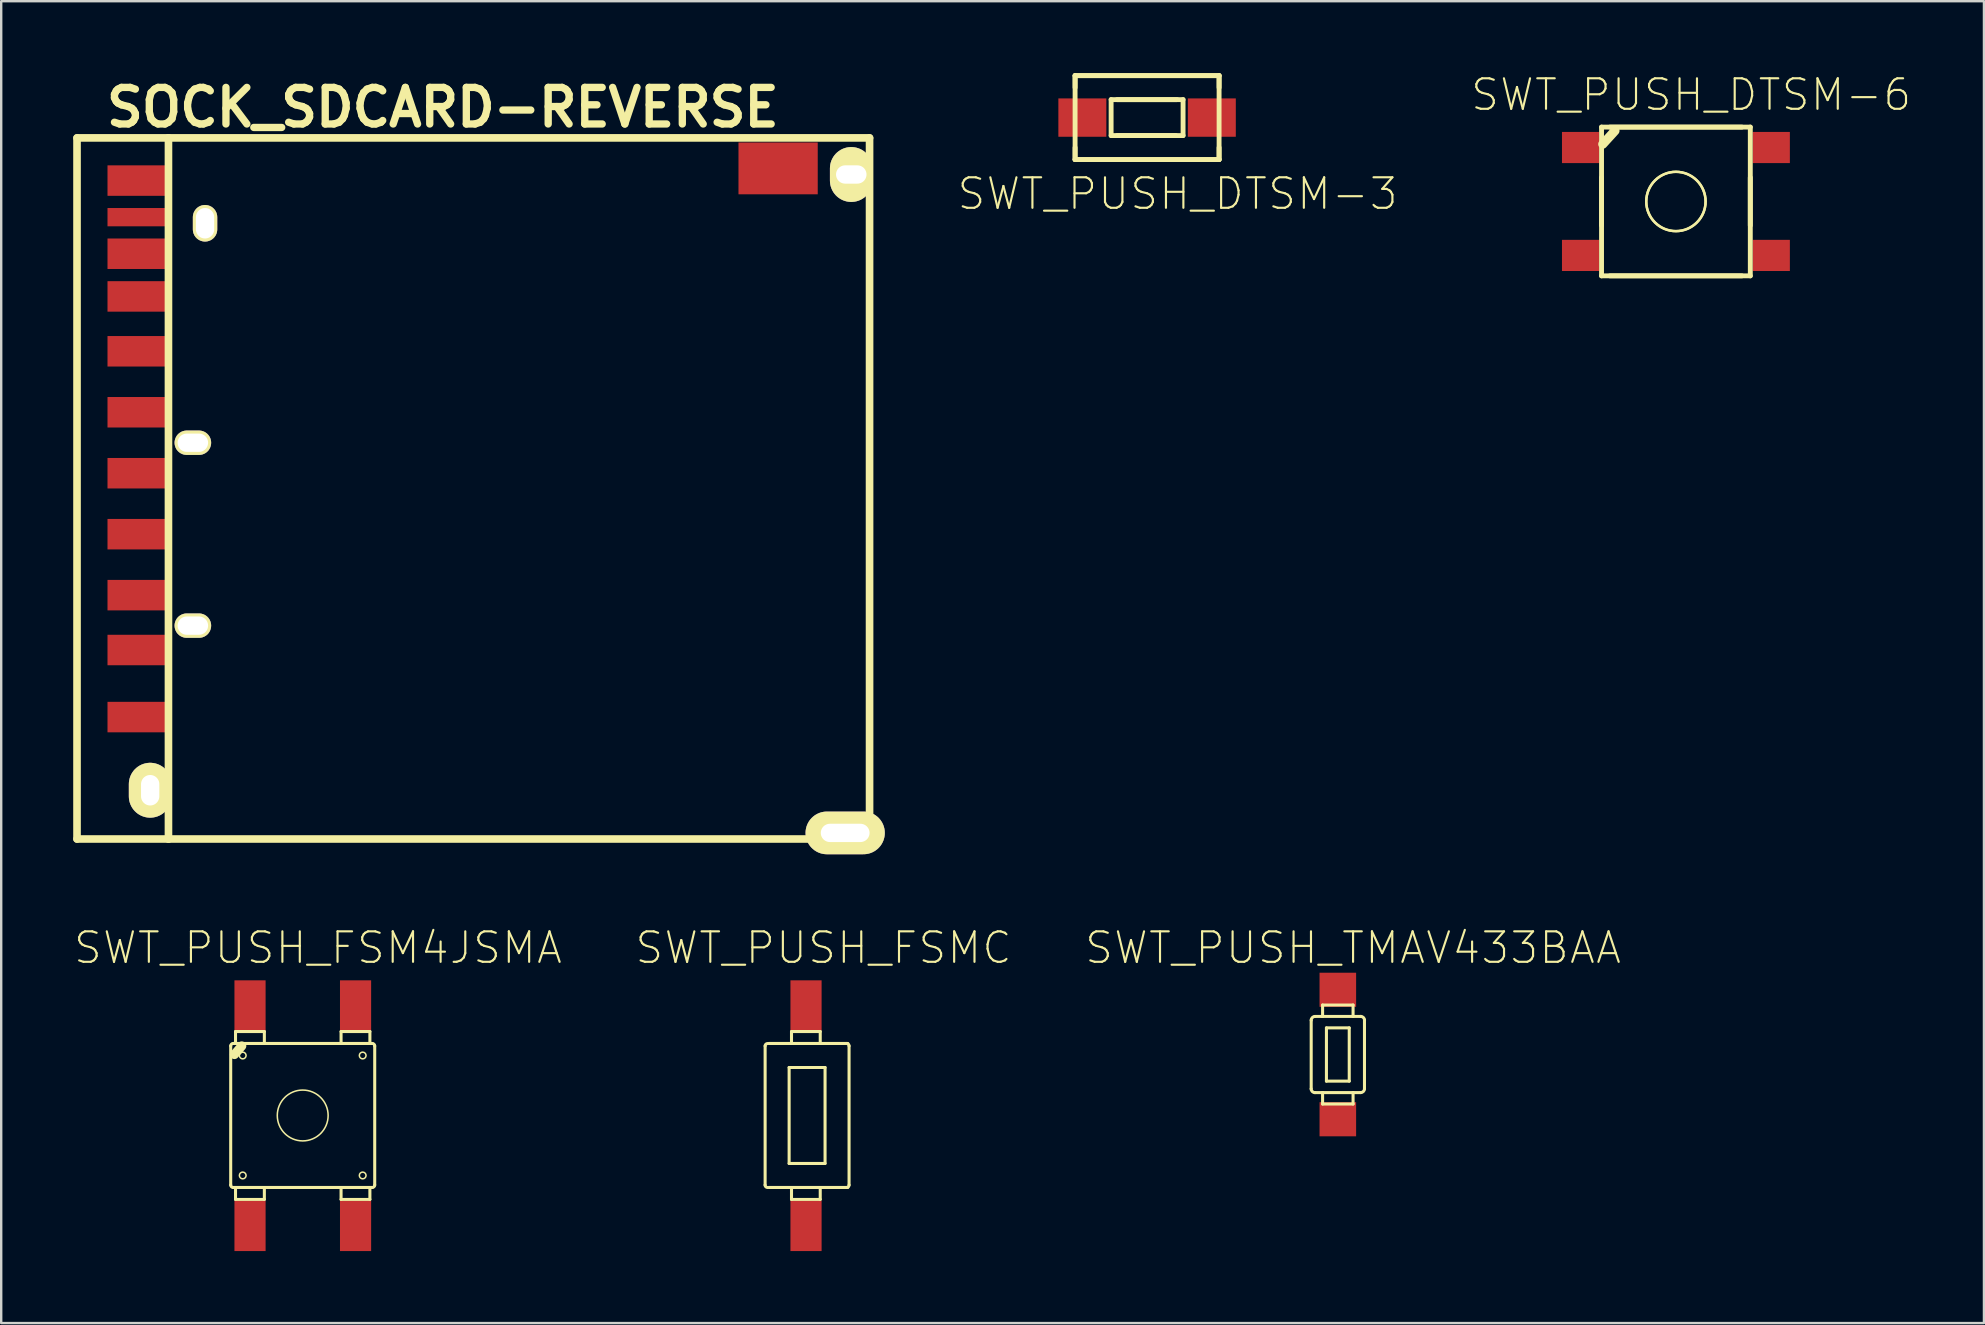
<source format=kicad_pcb>
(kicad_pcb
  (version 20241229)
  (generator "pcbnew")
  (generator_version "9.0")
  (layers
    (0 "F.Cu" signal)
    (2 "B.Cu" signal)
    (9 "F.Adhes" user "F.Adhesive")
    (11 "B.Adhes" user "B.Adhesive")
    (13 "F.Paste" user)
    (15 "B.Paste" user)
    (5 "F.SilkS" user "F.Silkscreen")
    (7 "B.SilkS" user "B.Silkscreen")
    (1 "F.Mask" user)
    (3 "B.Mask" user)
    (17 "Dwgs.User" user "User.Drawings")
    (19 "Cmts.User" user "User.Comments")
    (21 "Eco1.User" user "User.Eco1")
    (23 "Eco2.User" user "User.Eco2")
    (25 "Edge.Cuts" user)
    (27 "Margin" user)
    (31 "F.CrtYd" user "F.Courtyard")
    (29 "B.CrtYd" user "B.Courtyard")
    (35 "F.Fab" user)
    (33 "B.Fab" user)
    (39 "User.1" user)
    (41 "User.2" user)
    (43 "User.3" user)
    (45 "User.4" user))
  (footprint "SWT_PUSH_DTSM-6"
    (layer "F.Cu")
    (at 66.775 5.344)
    (property "Reference" "SWT_PUSH_DTSM-6" (at 0.635 -4.445 0) (layer "F.SilkS") (effects (font (size 1.27 1.27) (thickness 0.089))))
    (attr smd)
    (fp_line (start -3.099 -3.099) (end 3.099 -3.099) (stroke (width 0.203) (type solid)) (layer "F.SilkS"))
    (fp_line (start -3.099 0.998) (end -3.099 -0.998) (stroke (width 0.203) (type solid)) (layer "F.SilkS"))
    (fp_line (start -3.099 3.099) (end -3.099 -3.099) (stroke (width 0.203) (type solid)) (layer "F.SilkS"))
    (fp_line (start -3.048 -2.388) (end -2.54 -2.946) (stroke (width 0.381) (type solid)) (layer "F.SilkS"))
    (fp_line (start 2.748 -3.099) (end -2.748 -3.099) (stroke (width 0.203) (type solid)) (layer "F.SilkS"))
    (fp_line (start 2.748 3.099) (end -2.748 3.099) (stroke (width 0.203) (type solid)) (layer "F.SilkS"))
    (fp_line (start 3.099 -3.099) (end 3.099 3.099) (stroke (width 0.203) (type solid)) (layer "F.SilkS"))
    (fp_line (start 3.099 0.998) (end 3.099 -0.998) (stroke (width 0.203) (type solid)) (layer "F.SilkS"))
    (fp_line (start 3.099 3.099) (end -3.099 3.099) (stroke (width 0.203) (type solid)) (layer "F.SilkS"))
    (fp_circle (center 0 0) (end -0.874 0.874) (stroke (width 0.102) (type solid)) (fill no) (layer "F.SilkS"))
    (fp_circle (center 0 0) (end -0.874 0.874) (stroke (width 0.102) (type solid)) (fill no) (layer "F.SilkS"))
    (pad "1" smd rect (at -3.973 -2.248) (size 1.549 1.298) (layers "F.Cu" "F.Mask" "F.Paste"))
    (pad "2" smd rect (at 3.973 -2.248) (size 1.549 1.298) (layers "F.Cu" "F.Mask" "F.Paste"))
    (pad "3" smd rect (at -3.973 2.248) (size 1.549 1.298) (layers "F.Cu" "F.Mask" "F.Paste"))
    (pad "4" smd rect (at 3.973 2.248) (size 1.549 1.298) (layers "F.Cu" "F.Mask" "F.Paste")))
  (footprint "SWT_PUSH_FSM4JSMA"
    (layer "F.Cu")
    (at 9.562 43.425)
    (property "Reference" "SWT_PUSH_FSM4JSMA" (at 0.635 -6.985 0) (layer "F.SilkS") (effects (font (size 1.27 1.27) (thickness 0.089))))
    (attr smd)
    (fp_line (start -3 -2.898) (end -3 2.898) (stroke (width 0.127) (type solid)) (layer "F.SilkS"))
    (fp_line (start -2.898 3) (end 2.898 3) (stroke (width 0.127) (type solid)) (layer "F.SilkS"))
    (fp_line (start -2.845 -2.54) (end -2.54 -2.896) (stroke (width 0.381) (type solid)) (layer "F.SilkS"))
    (fp_line (start -2.799 -3.498) (end -1.598 -3.498) (stroke (width 0.127) (type solid)) (layer "F.SilkS"))
    (fp_line (start -2.799 -3) (end -2.799 -3.498) (stroke (width 0.127) (type solid)) (layer "F.SilkS"))
    (fp_line (start -2.799 3) (end -2.799 3.498) (stroke (width 0.127) (type solid)) (layer "F.SilkS"))
    (fp_line (start -2.799 3.498) (end -1.598 3.498) (stroke (width 0.127) (type solid)) (layer "F.SilkS"))
    (fp_line (start -1.598 -3.498) (end -1.598 -3) (stroke (width 0.127) (type solid)) (layer "F.SilkS"))
    (fp_line (start -1.598 3.498) (end -1.598 3) (stroke (width 0.127) (type solid)) (layer "F.SilkS"))
    (fp_line (start 1.598 -3.498) (end 2.799 -3.498) (stroke (width 0.127) (type solid)) (layer "F.SilkS"))
    (fp_line (start 1.598 -3) (end 1.598 -3.498) (stroke (width 0.127) (type solid)) (layer "F.SilkS"))
    (fp_line (start 1.598 3.498) (end 1.598 3) (stroke (width 0.127) (type solid)) (layer "F.SilkS"))
    (fp_line (start 2.799 -3.498) (end 2.799 -3) (stroke (width 0.127) (type solid)) (layer "F.SilkS"))
    (fp_line (start 2.799 3) (end 2.799 3.498) (stroke (width 0.127) (type solid)) (layer "F.SilkS"))
    (fp_line (start 2.799 3.498) (end 1.598 3.498) (stroke (width 0.127) (type solid)) (layer "F.SilkS"))
    (fp_line (start 2.898 -3) (end -2.898 -3) (stroke (width 0.127) (type solid)) (layer "F.SilkS"))
    (fp_line (start 3 2.898) (end 3 -2.898) (stroke (width 0.127) (type solid)) (layer "F.SilkS"))
    (fp_arc (start -2.99974 -2.89814) (mid -2.969982 -2.969982) (end -2.89814 -2.99974) (stroke (width 0.127) (type solid)) (layer "F.SilkS"))
    (fp_arc (start -2.89814 2.99974) (mid -2.969982 2.969982) (end -2.99974 2.89814) (stroke (width 0.127) (type solid)) (layer "F.SilkS"))
    (fp_arc (start 2.89814 -2.99974) (mid 2.969982 -2.969982) (end 2.99974 -2.89814) (stroke (width 0.127) (type solid)) (layer "F.SilkS"))
    (fp_arc (start 2.99974 2.89814) (mid 2.969982 2.969982) (end 2.89814 2.99974) (stroke (width 0.127) (type solid)) (layer "F.SilkS"))
    (fp_circle (center -2.499 -2.499) (end -2.598 -2.598) (stroke (width 0.064) (type solid)) (fill no) (layer "F.SilkS"))
    (fp_circle (center -2.499 2.499) (end -2.598 2.598) (stroke (width 0.064) (type solid)) (fill no) (layer "F.SilkS"))
    (fp_circle (center 0 0) (end -0.749 0.749) (stroke (width 0.064) (type solid)) (fill no) (layer "F.SilkS"))
    (fp_circle (center 2.499 -2.499) (end 2.598 -2.598) (stroke (width 0.064) (type solid)) (fill no) (layer "F.SilkS"))
    (fp_circle (center 2.499 2.499) (end 2.598 2.598) (stroke (width 0.064) (type solid)) (fill no) (layer "F.SilkS"))
    (pad "1" smd rect (at -2.195 -4.582) (size 1.298 2.098) (layers "F.Cu" "F.Mask" "F.Paste"))
    (pad "2" smd rect (at -2.195 4.6) (size 1.298 2.098) (layers "F.Cu" "F.Mask" "F.Paste"))
    (pad "3" smd rect (at 2.202 -4.582) (size 1.298 2.098) (layers "F.Cu" "F.Mask" "F.Paste"))
    (pad "4" smd rect (at 2.202 4.6) (size 1.298 2.098) (layers "F.Cu" "F.Mask" "F.Paste")))
  (footprint "SWT_PUSH_FSMC"
    (layer "F.Cu")
    (at 30.626 43.425)
    (property "Reference" "SWT_PUSH_FSMC" (at 0.635 -6.985 0) (layer "F.SilkS") (effects (font (size 1.27 1.27) (thickness 0.089))))
    (attr smd)
    (fp_line (start -1.798 -2.898) (end -1.798 2.898) (stroke (width 0.127) (type solid)) (layer "F.SilkS"))
    (fp_line (start -1.648 -3) (end 1.598 -3) (stroke (width 0.127) (type solid)) (layer "F.SilkS"))
    (fp_line (start -1.648 3) (end 0.498 3) (stroke (width 0.127) (type solid)) (layer "F.SilkS"))
    (fp_line (start -0.798 -1.999) (end -0.798 1.999) (stroke (width 0.127) (type solid)) (layer "F.SilkS"))
    (fp_line (start -0.798 -1.999) (end 0.699 -1.999) (stroke (width 0.127) (type solid)) (layer "F.SilkS"))
    (fp_line (start -0.798 1.999) (end 0.699 1.999) (stroke (width 0.127) (type solid)) (layer "F.SilkS"))
    (fp_line (start -0.699 -3.498) (end 0.498 -3.498) (stroke (width 0.127) (type solid)) (layer "F.SilkS"))
    (fp_line (start -0.699 -3) (end -0.699 -3.498) (stroke (width 0.127) (type solid)) (layer "F.SilkS"))
    (fp_line (start -0.699 3) (end -0.699 3.498) (stroke (width 0.127) (type solid)) (layer "F.SilkS"))
    (fp_line (start -0.699 3.498) (end 0.498 3.498) (stroke (width 0.127) (type solid)) (layer "F.SilkS"))
    (fp_line (start 0.498 -3.498) (end 0.498 -3) (stroke (width 0.127) (type solid)) (layer "F.SilkS"))
    (fp_line (start 0.498 3) (end 1.598 3) (stroke (width 0.127) (type solid)) (layer "F.SilkS"))
    (fp_line (start 0.498 3.498) (end 0.498 3) (stroke (width 0.127) (type solid)) (layer "F.SilkS"))
    (fp_line (start 0.699 -1.999) (end 0.699 1.999) (stroke (width 0.127) (type solid)) (layer "F.SilkS"))
    (fp_line (start 1.598 -3) (end 1.648 -3) (stroke (width 0.127) (type solid)) (layer "F.SilkS"))
    (fp_line (start 1.598 3) (end 1.648 3) (stroke (width 0.127) (type solid)) (layer "F.SilkS"))
    (fp_line (start 1.699 2.898) (end 1.699 -2.898) (stroke (width 0.127) (type solid)) (layer "F.SilkS"))
    (fp_arc (start -1.79832 -2.89814) (mid -1.769306 -2.968186) (end -1.69926 -2.9972) (stroke (width 0.127) (type solid)) (layer "F.SilkS"))
    (fp_arc (start -1.69926 2.99974) (mid -1.771102 2.969982) (end -1.80086 2.89814) (stroke (width 0.127) (type solid)) (layer "F.SilkS"))
    (fp_arc (start 1.59766 -2.99974) (mid 1.669502 -2.969982) (end 1.69926 -2.89814) (stroke (width 0.127) (type solid)) (layer "F.SilkS"))
    (fp_arc (start 1.69926 2.89814) (mid 1.669502 2.969982) (end 1.59766 2.99974) (stroke (width 0.127) (type solid)) (layer "F.SilkS"))
    (pad "1" smd rect (at -0.094 -4.582) (size 1.298 2.098) (layers "F.Cu" "F.Mask" "F.Paste"))
    (pad "2" smd rect (at -0.094 4.6) (size 1.298 2.098) (layers "F.Cu" "F.Mask" "F.Paste")))
  (footprint "SOCK_SDCARD-REVERSE"
    (layer "F.Cu")
    (at 2.699 21.746)
    (property "Reference" "SOCK_SDCARD-REVERSE" (at 12.7 -20.32 0) (layer "F.SilkS") (effects (font (size 1.524 1.524) (thickness 0.305))))
    (attr through_hole)
    (fp_line (start -2.54 -19.05) (end -2.54 10.16) (stroke (width 0.318) (type solid)) (layer "F.SilkS"))
    (fp_line (start -2.54 10.16) (end 1.27 10.16) (stroke (width 0.318) (type solid)) (layer "F.SilkS"))
    (fp_line (start 1.27 -19.05) (end -2.54 -19.05) (stroke (width 0.318) (type solid)) (layer "F.SilkS"))
    (fp_line (start 1.27 -19.05) (end 1.27 10.16) (stroke (width 0.318) (type solid)) (layer "F.SilkS"))
    (fp_line (start 30.48 -19.05) (end 1.27 -19.05) (stroke (width 0.318) (type solid)) (layer "F.SilkS"))
    (fp_line (start 30.48 -19.05) (end 30.48 10.16) (stroke (width 0.318) (type solid)) (layer "F.SilkS"))
    (fp_line (start 30.48 10.16) (end 1.27 10.16) (stroke (width 0.318) (type solid)) (layer "F.SilkS"))
    (pad "1" smd rect (at 0 2.286) (size 2.54 1.27) (layers "F.Cu" "F.Mask" "F.Paste"))
    (pad "2" smd rect (at 0 0) (size 2.54 1.27) (layers "F.Cu" "F.Mask" "F.Paste"))
    (pad "3" smd rect (at 0 -2.54) (size 2.54 1.27) (layers "F.Cu" "F.Mask" "F.Paste"))
    (pad "4" smd rect (at 0 -5.08) (size 2.54 1.27) (layers "F.Cu" "F.Mask" "F.Paste"))
    (pad "5" smd rect (at 0 -7.62) (size 2.54 1.27) (layers "F.Cu" "F.Mask" "F.Paste"))
    (pad "6" smd rect (at 0 -10.16) (size 2.54 1.27) (layers "F.Cu" "F.Mask" "F.Paste"))
    (pad "7" smd rect (at 0 -12.446) (size 2.54 1.27) (layers "F.Cu" "F.Mask" "F.Paste"))
    (pad "8" smd rect (at 0 -14.224) (size 2.54 1.27) (layers "F.Cu" "F.Mask" "F.Paste"))
    (pad "9" smd rect (at 0 5.08) (size 2.54 1.27) (layers "F.Cu" "F.Mask" "F.Paste"))
    (pad "10" smd rect (at 0 -15.748) (size 2.54 0.762) (layers "F.Cu" "F.Mask" "F.Paste"))
    (pad "11" smd rect (at 0 -17.272) (size 2.54 1.27) (layers "F.Cu" "F.Mask" "F.Paste"))
    (pad "12" smd rect (at 26.67 -17.78) (size 3.302 2.159) (layers "F.Cu" "F.Mask" "F.Paste"))
    (pad "13" thru_hole oval (at 2.794 -15.494) (size 1.016 1.524) (drill oval 0.762 1.27) (layers "*.Cu" "*.Mask" "F.SilkS"))
    (pad "14" thru_hole oval (at 2.286 -6.35) (size 1.524 1.016) (drill oval 1.27 0.762) (layers "*.Cu" "*.Mask" "F.SilkS"))
    (pad "15" thru_hole oval (at 2.286 1.27) (size 1.524 1.016) (drill oval 1.27 0.762) (layers "*.Cu" "*.Mask" "F.SilkS"))
    (pad "16" thru_hole oval (at 0.508 8.128) (size 1.778 2.286) (drill oval 0.762 1.27) (layers "*.Cu" "*.Mask" "F.SilkS"))
    (pad "17" thru_hole oval (at 29.464 9.906) (size 3.302 1.778) (drill oval 2.032 0.762) (layers "*.Cu" "*.Mask" "F.SilkS"))
    (pad "18" thru_hole oval (at 29.718 -17.526) (size 1.778 2.286) (drill oval 1.27 0.762) (layers "*.Cu" "*.Mask" "F.SilkS")))
  (footprint "SWT_PUSH_TMAV433BAA"
    (layer "F.Cu")
    (at 52.689 40.885)
    (property "Reference" "SWT_PUSH_TMAV433BAA" (at 0.635 -4.445 0) (layer "F.SilkS") (effects (font (size 1.27 1.27) (thickness 0.089))))
    (attr smd)
    (fp_line (start -1.11 1.427) (end -1.11 -1.427) (stroke (width 0.127) (type solid)) (layer "F.SilkS"))
    (fp_line (start -0.953 -1.587) (end -0.635 -1.587) (stroke (width 0.127) (type solid)) (layer "F.SilkS"))
    (fp_line (start -0.635 -2.062) (end -0.635 -1.587) (stroke (width 0.127) (type solid)) (layer "F.SilkS"))
    (fp_line (start -0.635 -1.587) (end 0.635 -1.587) (stroke (width 0.127) (type solid)) (layer "F.SilkS"))
    (fp_line (start -0.635 1.587) (end -0.953 1.587) (stroke (width 0.127) (type solid)) (layer "F.SilkS"))
    (fp_line (start -0.635 1.587) (end -0.635 2.062) (stroke (width 0.127) (type solid)) (layer "F.SilkS"))
    (fp_line (start -0.635 2.062) (end 0.635 2.062) (stroke (width 0.127) (type solid)) (layer "F.SilkS"))
    (fp_line (start -0.475 -1.11) (end -0.475 1.11) (stroke (width 0.127) (type solid)) (layer "F.SilkS"))
    (fp_line (start -0.475 1.11) (end 0.475 1.11) (stroke (width 0.127) (type solid)) (layer "F.SilkS"))
    (fp_line (start 0.475 -1.11) (end -0.475 -1.11) (stroke (width 0.127) (type solid)) (layer "F.SilkS"))
    (fp_line (start 0.475 1.11) (end 0.475 -1.11) (stroke (width 0.127) (type solid)) (layer "F.SilkS"))
    (fp_line (start 0.635 -2.062) (end -0.635 -2.062) (stroke (width 0.127) (type solid)) (layer "F.SilkS"))
    (fp_line (start 0.635 -1.587) (end 0.635 -2.062) (stroke (width 0.127) (type solid)) (layer "F.SilkS"))
    (fp_line (start 0.635 -1.587) (end 0.953 -1.587) (stroke (width 0.127) (type solid)) (layer "F.SilkS"))
    (fp_line (start 0.635 1.587) (end -0.635 1.587) (stroke (width 0.127) (type solid)) (layer "F.SilkS"))
    (fp_line (start 0.635 2.062) (end 0.635 1.587) (stroke (width 0.127) (type solid)) (layer "F.SilkS"))
    (fp_line (start 0.953 1.587) (end 0.635 1.587) (stroke (width 0.127) (type solid)) (layer "F.SilkS"))
    (fp_line (start 1.11 -1.427) (end 1.11 1.427) (stroke (width 0.127) (type solid)) (layer "F.SilkS"))
    (fp_arc (start -1.10998 -1.42748) (mid -1.063855 -1.538835) (end -0.9525 -1.58496) (stroke (width 0.127) (type solid)) (layer "F.SilkS"))
    (fp_arc (start -0.9525 1.5875) (mid -1.065651 1.540631) (end -1.11252 1.42748) (stroke (width 0.127) (type solid)) (layer "F.SilkS"))
    (fp_arc (start 0.9525 -1.5875) (mid 1.065651 -1.540631) (end 1.11252 -1.42748) (stroke (width 0.127) (type solid)) (layer "F.SilkS"))
    (fp_arc (start 1.10998 1.42748) (mid 1.063855 1.538835) (end 0.9525 1.58496) (stroke (width 0.127) (type solid)) (layer "F.SilkS"))
    (pad "1" smd rect (at 0 -2.697) (size 1.524 1.422) (layers "F.Cu" "F.Mask" "F.Paste"))
    (pad "2" smd rect (at 0 2.697) (size 1.524 1.422) (layers "F.Cu" "F.Mask" "F.Paste")))
  (footprint "SWT_PUSH_DTSM-3"
    (layer "F.Cu")
    (at 44.742 1.849)
    (property "Reference" "SWT_PUSH_DTSM-3" (at 1.27 3.175 0) (layer "F.SilkS") (effects (font (size 1.27 1.27) (thickness 0.089))))
    (attr smd)
    (fp_line (start -3 -1.748) (end -3 -1.25) (stroke (width 0.203) (type solid)) (layer "F.SilkS"))
    (fp_line (start -3 -1.748) (end 3 -1.748) (stroke (width 0.203) (type solid)) (layer "F.SilkS"))
    (fp_line (start -3 -1.748) (end 3 -1.748) (stroke (width 0.203) (type solid)) (layer "F.SilkS"))
    (fp_line (start -3 1.748) (end -3 -1.748) (stroke (width 0.203) (type solid)) (layer "F.SilkS"))
    (fp_line (start -3 1.748) (end -3 1.25) (stroke (width 0.203) (type solid)) (layer "F.SilkS"))
    (fp_line (start -1.499 -0.749) (end 1.499 -0.749) (stroke (width 0.203) (type solid)) (layer "F.SilkS"))
    (fp_line (start -1.499 0.749) (end -1.499 -0.749) (stroke (width 0.203) (type solid)) (layer "F.SilkS"))
    (fp_line (start -1.25 -0.749) (end 1.25 -0.749) (stroke (width 0.203) (type solid)) (layer "F.SilkS"))
    (fp_line (start -1.25 0.749) (end 1.199 0.749) (stroke (width 0.203) (type solid)) (layer "F.SilkS"))
    (fp_line (start 1.499 -0.749) (end 1.499 0.749) (stroke (width 0.203) (type solid)) (layer "F.SilkS"))
    (fp_line (start 1.499 0.749) (end -1.499 0.749) (stroke (width 0.203) (type solid)) (layer "F.SilkS"))
    (fp_line (start 3 -1.748) (end 3 -1.25) (stroke (width 0.203) (type solid)) (layer "F.SilkS"))
    (fp_line (start 3 -1.748) (end 3 1.748) (stroke (width 0.203) (type solid)) (layer "F.SilkS"))
    (fp_line (start 3 1.25) (end 3 1.748) (stroke (width 0.203) (type solid)) (layer "F.SilkS"))
    (fp_line (start 3 1.748) (end -3 1.748) (stroke (width 0.203) (type solid)) (layer "F.SilkS"))
    (fp_line (start 3 1.748) (end -3 1.748) (stroke (width 0.203) (type solid)) (layer "F.SilkS"))
    (pad "1" smd rect (at -2.697 0) (size 1.999 1.598) (layers "F.Cu" "F.Mask" "F.Paste"))
    (pad "2" smd rect (at 2.697 0) (size 1.999 1.598) (layers "F.Cu" "F.Mask" "F.Paste")))
  (gr_rect
    (start -3 -3)
    (end 79.609 52.074)
    (stroke (width 0.1) (type default))
    (fill no)
    (layer "Edge.Cuts")))
</source>
